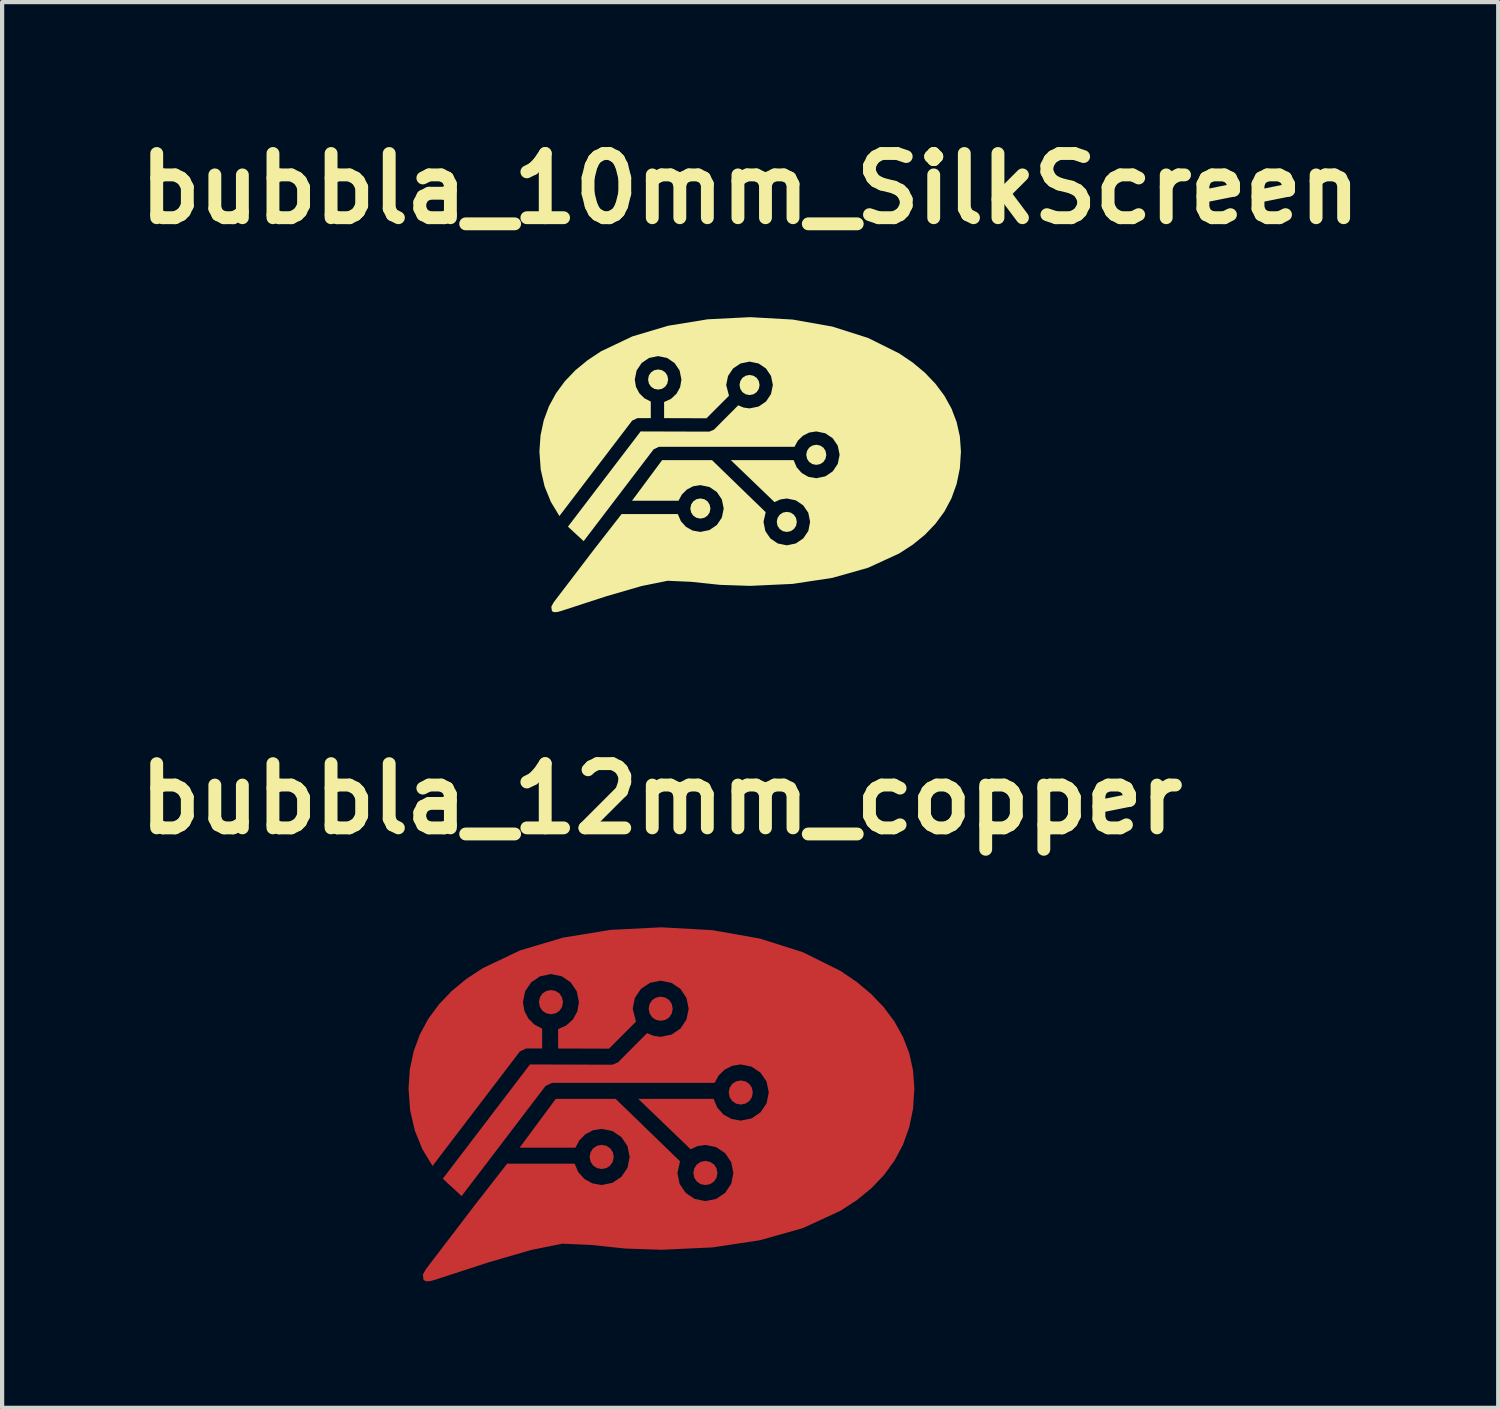
<source format=kicad_pcb>
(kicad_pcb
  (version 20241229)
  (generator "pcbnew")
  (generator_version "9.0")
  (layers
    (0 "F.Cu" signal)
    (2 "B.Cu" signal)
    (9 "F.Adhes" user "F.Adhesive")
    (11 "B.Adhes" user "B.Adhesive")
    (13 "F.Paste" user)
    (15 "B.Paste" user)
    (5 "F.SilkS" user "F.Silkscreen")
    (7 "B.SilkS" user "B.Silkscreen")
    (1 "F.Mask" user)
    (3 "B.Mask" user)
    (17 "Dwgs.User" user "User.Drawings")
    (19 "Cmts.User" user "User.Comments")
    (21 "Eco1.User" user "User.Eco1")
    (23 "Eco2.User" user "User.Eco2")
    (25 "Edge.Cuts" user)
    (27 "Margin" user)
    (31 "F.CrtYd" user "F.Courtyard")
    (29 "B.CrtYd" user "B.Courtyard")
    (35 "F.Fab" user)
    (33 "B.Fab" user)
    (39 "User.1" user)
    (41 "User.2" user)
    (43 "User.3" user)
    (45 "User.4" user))
  (footprint "bubbla_10mm_SilkScreen"
    (layer "F.Cu")
    (at 14.747 7.974)
    (property "Reference" "bubbla_10mm_SilkScreen" (at 0 -6.548 0) (layer "F.SilkS") (effects (font (size 1.524 1.524) (thickness 0.305))))
    (attr exclude_from_pos_files exclude_from_bom)
    (fp_poly (pts (xy -2.184 -2.259) (xy -2.277 -2.241) (xy -2.353 -2.19) (xy -2.404 -2.114) (xy -2.422 -2.021) (xy -2.404 -1.927) (xy -2.353 -1.851) (xy -2.277 -1.8) (xy -2.184 -1.782) (xy -2.091 -1.8) (xy -2.015 -1.851) (xy -1.965 -1.927) (xy -1.947 -2.021) (xy -1.965 -2.114) (xy -2.015 -2.19) (xy -2.091 -2.241) (xy -2.184 -2.259)) (stroke (width 0) (type solid)) (fill yes) (layer "F.SilkS"))
    (fp_poly (pts (xy -1.182 0.801) (xy -1.275 0.819) (xy -1.351 0.87) (xy -1.401 0.946) (xy -1.42 1.04) (xy -1.401 1.134) (xy -1.351 1.209) (xy -1.275 1.26) (xy -1.182 1.279) (xy -1.088 1.26) (xy -1.013 1.209) (xy -0.962 1.134) (xy -0.943 1.04) (xy -0.962 0.946) (xy -1.013 0.87) (xy -1.088 0.819) (xy -1.182 0.801)) (stroke (width 0) (type solid)) (fill yes) (layer "F.SilkS"))
    (fp_poly (pts (xy -0.015 -2.129) (xy -0.108 -2.11) (xy -0.184 -2.06) (xy -0.234 -1.984) (xy -0.253 -1.89) (xy -0.234 -1.797) (xy -0.184 -1.721) (xy -0.108 -1.67) (xy -0.015 -1.652) (xy 0.078 -1.67) (xy 0.154 -1.721) (xy 0.204 -1.797) (xy 0.223 -1.89) (xy 0.204 -1.984) (xy 0.154 -2.06) (xy 0.078 -2.11) (xy -0.015 -2.129)) (stroke (width 0) (type solid)) (fill yes) (layer "F.SilkS"))
    (fp_poly (pts (xy 0.869 1.119) (xy 0.775 1.137) (xy 0.7 1.188) (xy 0.649 1.264) (xy 0.631 1.357) (xy 0.649 1.451) (xy 0.7 1.526) (xy 0.775 1.577) (xy 0.869 1.596) (xy 0.962 1.577) (xy 1.037 1.526) (xy 1.088 1.451) (xy 1.106 1.357) (xy 1.088 1.264) (xy 1.037 1.188) (xy 0.962 1.137) (xy 0.869 1.119)) (stroke (width 0) (type solid)) (fill yes) (layer "F.SilkS"))
    (fp_poly (pts (xy 1.568 -0.473) (xy 1.475 -0.454) (xy 1.399 -0.404) (xy 1.349 -0.328) (xy 1.33 -0.234) (xy 1.349 -0.141) (xy 1.399 -0.065) (xy 1.475 -0.014) (xy 1.568 0.004) (xy 1.661 -0.014) (xy 1.737 -0.065) (xy 1.787 -0.141) (xy 1.806 -0.234) (xy 1.787 -0.328) (xy 1.737 -0.404) (xy 1.661 -0.454) (xy 1.568 -0.473)) (stroke (width 0) (type solid)) (fill yes) (layer "F.SilkS"))
    (fp_poly (pts (xy -0.00008 -3.5) (xy -1.008 -3.449) (xy -1.946 -3.296) (xy -2.796 -3.043) (xy -3.536 -2.691) (xy -3.858 -2.478) (xy -4.146 -2.241) (xy -4.397 -1.979) (xy -4.607 -1.693) (xy -4.775 -1.384) (xy -4.898 -1.05) (xy -4.974 -0.693) (xy -5 -0.312) (xy -4.969 0.118) (xy -4.877 0.517) (xy -4.728 0.883) (xy -4.526 1.218) (xy -2.8 -1.045) (xy -2.675 -1.105) (xy -2.358 -1.105) (xy -2.358 -1.497) (xy -2.51 -1.576) (xy -2.63 -1.695) (xy -2.71 -1.847) (xy -2.738 -2.021) (xy -2.694 -2.236) (xy -2.575 -2.412) (xy -2.399 -2.532) (xy -2.184 -2.576) (xy -1.97 -2.532) (xy -1.794 -2.412) (xy -1.675 -2.236) (xy -1.631 -2.021) (xy -1.662 -1.839) (xy -1.749 -1.682) (xy -1.879 -1.561) (xy -2.042 -1.486) (xy -2.042 -1.104) (xy -1.037 -1.101) (xy -0.503 -1.635) (xy -0.569 -1.89) (xy -0.525 -2.105) (xy -0.406 -2.282) (xy -0.23 -2.401) (xy -0.015 -2.445) (xy 0.2 -2.401) (xy 0.375 -2.282) (xy 0.494 -2.105) (xy 0.538 -1.89) (xy 0.494 -1.675) (xy 0.375 -1.498) (xy 0.2 -1.379) (xy -0.015 -1.335) (xy -0.156 -1.355) (xy -0.284 -1.408) (xy -0.86 -0.83) (xy -0.972 -0.784) (xy -2.599 -0.789) (xy -4.323 1.47) (xy -3.951 1.814) (xy -2.291 -0.364) (xy -2.166 -0.424) (xy 1.051 -0.424) (xy 1.131 -0.57) (xy 1.25 -0.686) (xy 1.398 -0.762) (xy 1.568 -0.789) (xy 1.783 -0.745) (xy 1.959 -0.626) (xy 2.078 -0.45) (xy 2.122 -0.234) (xy 2.078 -0.019) (xy 1.959 0.158) (xy 1.783 0.277) (xy 1.568 0.321) (xy 1.382 0.289) (xy 1.223 0.198) (xy 1.103 0.062) (xy 1.031 -0.108) (xy -0.459 -0.108) (xy 0.577 0.888) (xy 0.715 0.825) (xy 0.869 0.802) (xy 1.083 0.846) (xy 1.259 0.966) (xy 1.379 1.142) (xy 1.422 1.357) (xy 1.379 1.573) (xy 1.259 1.749) (xy 1.083 1.869) (xy 0.869 1.913) (xy 0.654 1.869) (xy 0.478 1.749) (xy 0.359 1.573) (xy 0.316 1.357) (xy 0.368 1.127) (xy -0.906 -0.108) (xy -2.089 -0.108) (xy -2.804 0.856) (xy -1.701 0.856) (xy -1.621 0.708) (xy -1.502 0.59) (xy -1.353 0.512) (xy -1.182 0.485) (xy -0.967 0.529) (xy -0.791 0.648) (xy -0.672 0.825) (xy -0.628 1.04) (xy -0.672 1.255) (xy -0.791 1.432) (xy -0.967 1.551) (xy -1.182 1.595) (xy -1.366 1.563) (xy -1.524 1.474) (xy -1.644 1.34) (xy -1.717 1.172) (xy -3.051 1.172) (xy -3.693 1.996) (xy -4.661 3.264) (xy -4.718 3.369) (xy -4.703 3.476) (xy -4.645 3.5) (xy -4.57 3.494) (xy -4.477 3.468) (xy -3.418 3.123) (xy -2.577 2.879) (xy -1.958 2.754) (xy -1.397 2.779) (xy -0.714 2.851) (xy -0.000055 2.875) (xy 1.008 2.828) (xy 1.946 2.686) (xy 2.796 2.446) (xy 3.535 2.106) (xy 3.858 1.897) (xy 4.146 1.662) (xy 4.396 1.401) (xy 4.607 1.113) (xy 4.775 0.798) (xy 4.898 0.456) (xy 4.974 0.086) (xy 5 -0.313) (xy 4.974 -0.671) (xy 4.898 -1.011) (xy 4.775 -1.333) (xy 4.607 -1.636) (xy 4.396 -1.919) (xy 4.146 -2.181) (xy 3.858 -2.422) (xy 3.535 -2.64) (xy 2.796 -3.007) (xy 1.946 -3.277) (xy 1.008 -3.443) (xy -0.000055 -3.5) (xy -0.00008 -3.5)) (stroke (width 0) (type solid)) (fill yes) (layer "F.SilkS")))
  (footprint "bubbla_12mm_copper"
    (layer "F.Cu")
    (at 12.642 23.149)
    (property "Reference" "bubbla_12mm_copper" (at 0 -7.248 0) (layer "F.SilkS") (effects (font (size 1.524 1.524) (thickness 0.305))))
    (attr exclude_from_pos_files exclude_from_bom)
    (fp_poly (pts (xy -2.621 -2.711) (xy -2.733 -2.689) (xy -2.824 -2.628) (xy -2.884 -2.537) (xy -2.907 -2.425) (xy -2.884 -2.312) (xy -2.824 -2.221) (xy -2.733 -2.16) (xy -2.621 -2.138) (xy -2.509 -2.16) (xy -2.418 -2.221) (xy -2.358 -2.312) (xy -2.336 -2.425) (xy -2.358 -2.537) (xy -2.418 -2.628) (xy -2.509 -2.689) (xy -2.621 -2.711)) (stroke (width 0) (type solid)) (fill yes) (layer "F.Cu"))
    (fp_poly (pts (xy -1.418 0.961) (xy -1.53 0.983) (xy -1.621 1.044) (xy -1.681 1.135) (xy -1.704 1.248) (xy -1.681 1.36) (xy -1.621 1.451) (xy -1.53 1.512) (xy -1.418 1.534) (xy -1.306 1.512) (xy -1.215 1.451) (xy -1.154 1.36) (xy -1.132 1.248) (xy -1.154 1.135) (xy -1.215 1.044) (xy -1.306 0.983) (xy -1.418 0.961)) (stroke (width 0) (type solid)) (fill yes) (layer "F.Cu"))
    (fp_poly (pts (xy -0.018 -2.555) (xy -0.13 -2.532) (xy -0.22 -2.472) (xy -0.281 -2.381) (xy -0.303 -2.268) (xy -0.281 -2.156) (xy -0.22 -2.065) (xy -0.13 -2.004) (xy -0.018 -1.982) (xy 0.094 -2.004) (xy 0.185 -2.065) (xy 0.245 -2.156) (xy 0.267 -2.268) (xy 0.245 -2.381) (xy 0.185 -2.472) (xy 0.094 -2.532) (xy -0.018 -2.555)) (stroke (width 0) (type solid)) (fill yes) (layer "F.Cu"))
    (fp_poly (pts (xy 1.042 1.342) (xy 0.93 1.365) (xy 0.84 1.425) (xy 0.779 1.516) (xy 0.757 1.629) (xy 0.779 1.741) (xy 0.84 1.832) (xy 0.93 1.893) (xy 1.042 1.915) (xy 1.154 1.893) (xy 1.245 1.832) (xy 1.306 1.741) (xy 1.328 1.629) (xy 1.306 1.516) (xy 1.245 1.425) (xy 1.154 1.365) (xy 1.042 1.342)) (stroke (width 0) (type solid)) (fill yes) (layer "F.Cu"))
    (fp_poly (pts (xy 1.881 -0.567) (xy 1.769 -0.545) (xy 1.679 -0.485) (xy 1.618 -0.394) (xy 1.596 -0.281) (xy 1.618 -0.169) (xy 1.679 -0.078) (xy 1.769 -0.017) (xy 1.881 0.005) (xy 1.993 -0.017) (xy 2.084 -0.078) (xy 2.145 -0.169) (xy 2.167 -0.281) (xy 2.145 -0.394) (xy 2.084 -0.485) (xy 1.993 -0.545) (xy 1.881 -0.567)) (stroke (width 0) (type solid)) (fill yes) (layer "F.Cu"))
    (fp_poly (pts (xy -0.000096 -4.2) (xy -1.209 -4.139) (xy -2.336 -3.955) (xy -3.355 -3.652) (xy -4.243 -3.229) (xy -4.63 -2.974) (xy -4.975 -2.689) (xy -5.276 -2.375) (xy -5.529 -2.032) (xy -5.73 -1.661) (xy -5.878 -1.26) (xy -5.969 -0.832) (xy -6 -0.375) (xy -5.962 0.142) (xy -5.852 0.62) (xy -5.674 1.06) (xy -5.431 1.462) (xy -3.359 -1.254) (xy -3.21 -1.326) (xy -2.83 -1.326) (xy -2.83 -1.796) (xy -3.012 -1.891) (xy -3.156 -2.034) (xy -3.251 -2.216) (xy -3.286 -2.425) (xy -3.233 -2.683) (xy -3.09 -2.895) (xy -2.879 -3.038) (xy -2.621 -3.091) (xy -2.364 -3.038) (xy -2.153 -2.895) (xy -2.01 -2.683) (xy -1.958 -2.425) (xy -1.995 -2.206) (xy -2.098 -2.018) (xy -2.255 -1.873) (xy -2.451 -1.784) (xy -2.451 -1.325) (xy -1.244 -1.321) (xy -0.604 -1.962) (xy -0.682 -2.268) (xy -0.63 -2.527) (xy -0.487 -2.738) (xy -0.275 -2.881) (xy -0.018 -2.934) (xy 0.24 -2.881) (xy 0.451 -2.738) (xy 0.593 -2.527) (xy 0.646 -2.268) (xy 0.593 -2.01) (xy 0.451 -1.798) (xy 0.24 -1.655) (xy -0.018 -1.602) (xy -0.187 -1.626) (xy -0.341 -1.69) (xy -1.032 -0.995) (xy -1.166 -0.94) (xy -3.119 -0.947) (xy -5.187 1.764) (xy -4.741 2.176) (xy -2.749 -0.437) (xy -2.599 -0.509) (xy 1.261 -0.509) (xy 1.357 -0.685) (xy 1.5 -0.823) (xy 1.678 -0.914) (xy 1.881 -0.947) (xy 2.139 -0.894) (xy 2.35 -0.751) (xy 2.494 -0.54) (xy 2.546 -0.281) (xy 2.494 -0.023) (xy 2.35 0.189) (xy 2.139 0.333) (xy 1.881 0.386) (xy 1.659 0.346) (xy 1.468 0.238) (xy 1.323 0.075) (xy 1.237 -0.13) (xy -0.551 -0.13) (xy 0.693 1.066) (xy 0.858 0.99) (xy 1.042 0.963) (xy 1.3 1.016) (xy 1.511 1.159) (xy 1.654 1.37) (xy 1.707 1.629) (xy 1.654 1.887) (xy 1.511 2.099) (xy 1.3 2.243) (xy 1.042 2.295) (xy 0.785 2.243) (xy 0.574 2.099) (xy 0.431 1.887) (xy 0.379 1.629) (xy 0.441 1.352) (xy -1.087 -0.13) (xy -2.507 -0.13) (xy -3.365 1.028) (xy -2.041 1.028) (xy -1.945 0.849) (xy -1.803 0.708) (xy -1.624 0.615) (xy -1.418 0.582) (xy -1.161 0.634) (xy -0.949 0.778) (xy -0.806 0.99) (xy -0.754 1.248) (xy -0.806 1.506) (xy -0.949 1.718) (xy -1.161 1.861) (xy -1.418 1.914) (xy -1.639 1.875) (xy -1.829 1.769) (xy -1.973 1.608) (xy -2.06 1.407) (xy -3.661 1.407) (xy -4.432 2.396) (xy -5.593 3.917) (xy -5.661 4.042) (xy -5.643 4.171) (xy -5.574 4.2) (xy -5.484 4.193) (xy -5.372 4.162) (xy -4.101 3.748) (xy -3.092 3.455) (xy -2.349 3.305) (xy -1.676 3.335) (xy -0.857 3.421) (xy -0.000066 3.45) (xy 1.209 3.394) (xy 2.335 3.224) (xy 3.355 2.936) (xy 4.243 2.527) (xy 4.63 2.276) (xy 4.975 1.995) (xy 5.276 1.681) (xy 5.528 1.336) (xy 5.73 0.958) (xy 5.878 0.547) (xy 5.969 0.103) (xy 6 -0.375) (xy 5.969 -0.805) (xy 5.878 -1.214) (xy 5.73 -1.6) (xy 5.528 -1.963) (xy 5.276 -2.303) (xy 4.975 -2.617) (xy 4.63 -2.906) (xy 4.243 -3.168) (xy 3.355 -3.609) (xy 2.335 -3.933) (xy 1.209 -4.132) (xy -0.000066 -4.2) (xy -0.000096 -4.2)) (stroke (width 0) (type solid)) (fill yes) (layer "F.Cu")))
  (gr_rect
    (start -3 -3)
    (end 32.493 30.349)
    (stroke (width 0.1) (type default))
    (fill no)
    (layer "Edge.Cuts")))
</source>
